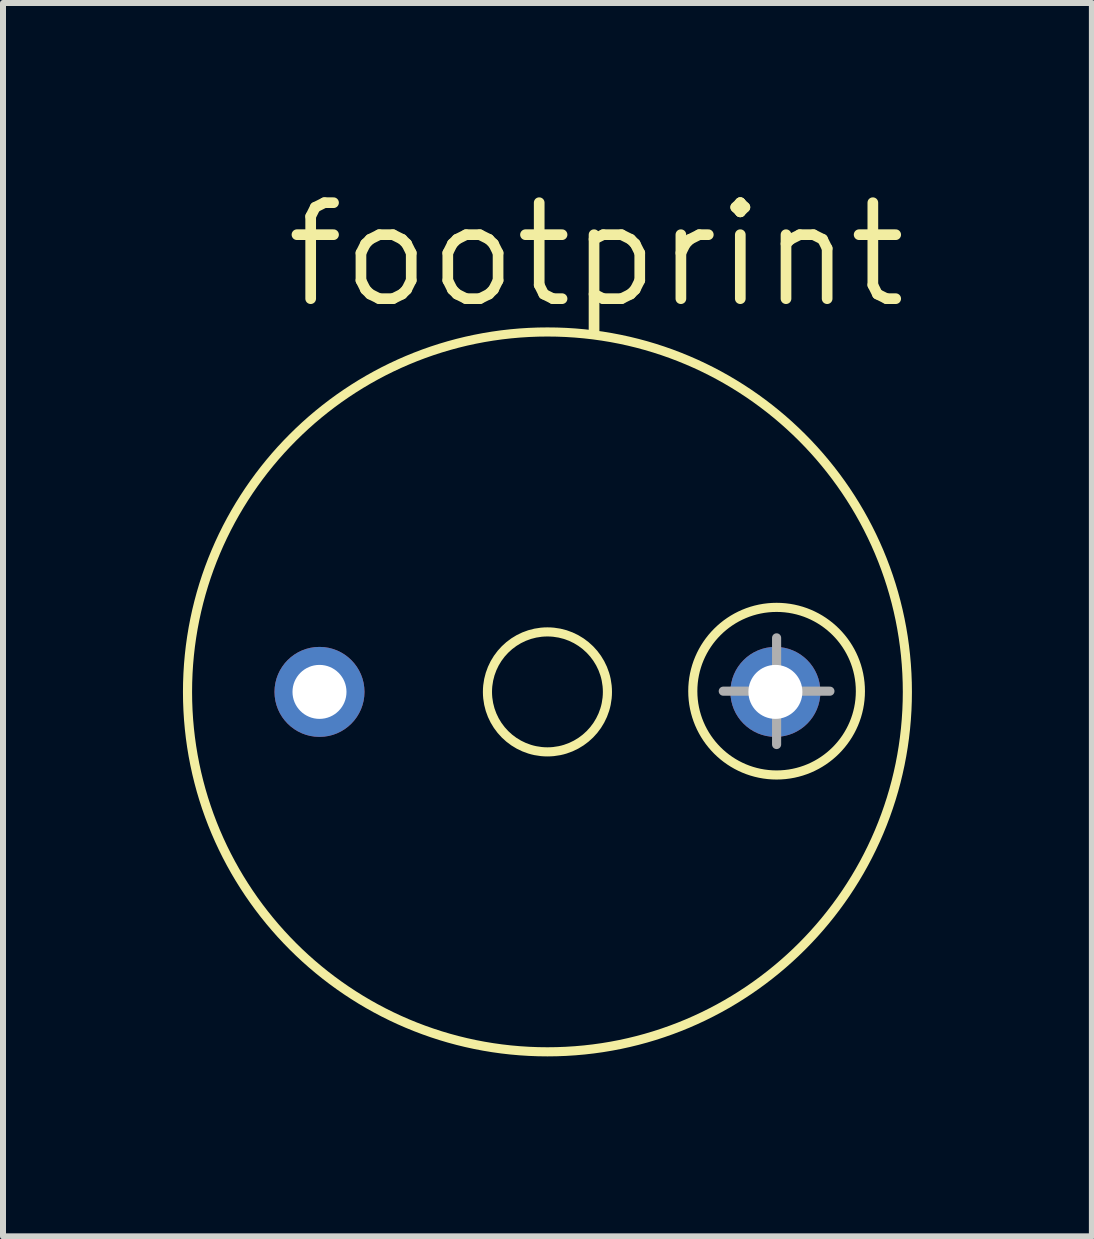
<source format=kicad_pcb>
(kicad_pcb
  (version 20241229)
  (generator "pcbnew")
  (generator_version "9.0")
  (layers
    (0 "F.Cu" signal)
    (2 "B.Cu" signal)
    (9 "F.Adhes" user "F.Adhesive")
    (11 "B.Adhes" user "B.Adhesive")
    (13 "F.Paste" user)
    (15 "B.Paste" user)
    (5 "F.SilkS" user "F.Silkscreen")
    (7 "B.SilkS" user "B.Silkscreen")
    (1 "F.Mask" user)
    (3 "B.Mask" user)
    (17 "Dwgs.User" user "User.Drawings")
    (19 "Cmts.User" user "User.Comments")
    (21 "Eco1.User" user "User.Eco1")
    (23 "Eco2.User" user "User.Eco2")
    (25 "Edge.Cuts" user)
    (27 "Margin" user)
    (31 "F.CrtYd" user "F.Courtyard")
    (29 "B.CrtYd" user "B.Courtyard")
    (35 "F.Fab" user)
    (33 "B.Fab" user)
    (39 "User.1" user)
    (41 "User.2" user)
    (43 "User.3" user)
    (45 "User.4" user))
  (footprint "footprint"
    (layer "F.Cu")
    (at 6.076 8.484)
    (property "Reference" "footprint" (at -4.445 -6.35 0) (layer "F.SilkS") (effects (font (size 1.6 1.6) (thickness 0.178)) (justify left bottom)))
    (fp_circle (center 0 0) (end 1 0) (stroke (width 0.152) (type solid)) (fill no) (layer "F.SilkS"))
    (fp_circle (center 0 0) (end 6 0) (stroke (width 0.152) (type solid)) (fill no) (layer "F.SilkS"))
    (fp_circle (center 3.82 -0.012) (end 5.217 -0.012) (stroke (width 0.152) (type solid)) (fill no) (layer "F.SilkS"))
    (fp_line (start 2.931 -0.012) (end 4.709 -0.012) (stroke (width 0.152) (type solid)) (layer "F.Fab"))
    (fp_line (start 3.82 -0.901) (end 3.82 0.877) (stroke (width 0.152) (type solid)) (layer "F.Fab"))
    (pad "+" thru_hole circle (at 3.8 0) (size 1.5 1.5) (drill 0.9) (layers "*.Cu" "*.Mask"))
    (pad "-" thru_hole circle (at -3.8 0) (size 1.5 1.5) (drill 0.9) (layers "*.Cu" "*.Mask")))
  (gr_rect
    (start -3 -3)
    (end 15.152 17.56)
    (stroke (width 0.1) (type default))
    (fill no)
    (layer "Edge.Cuts")))
</source>
